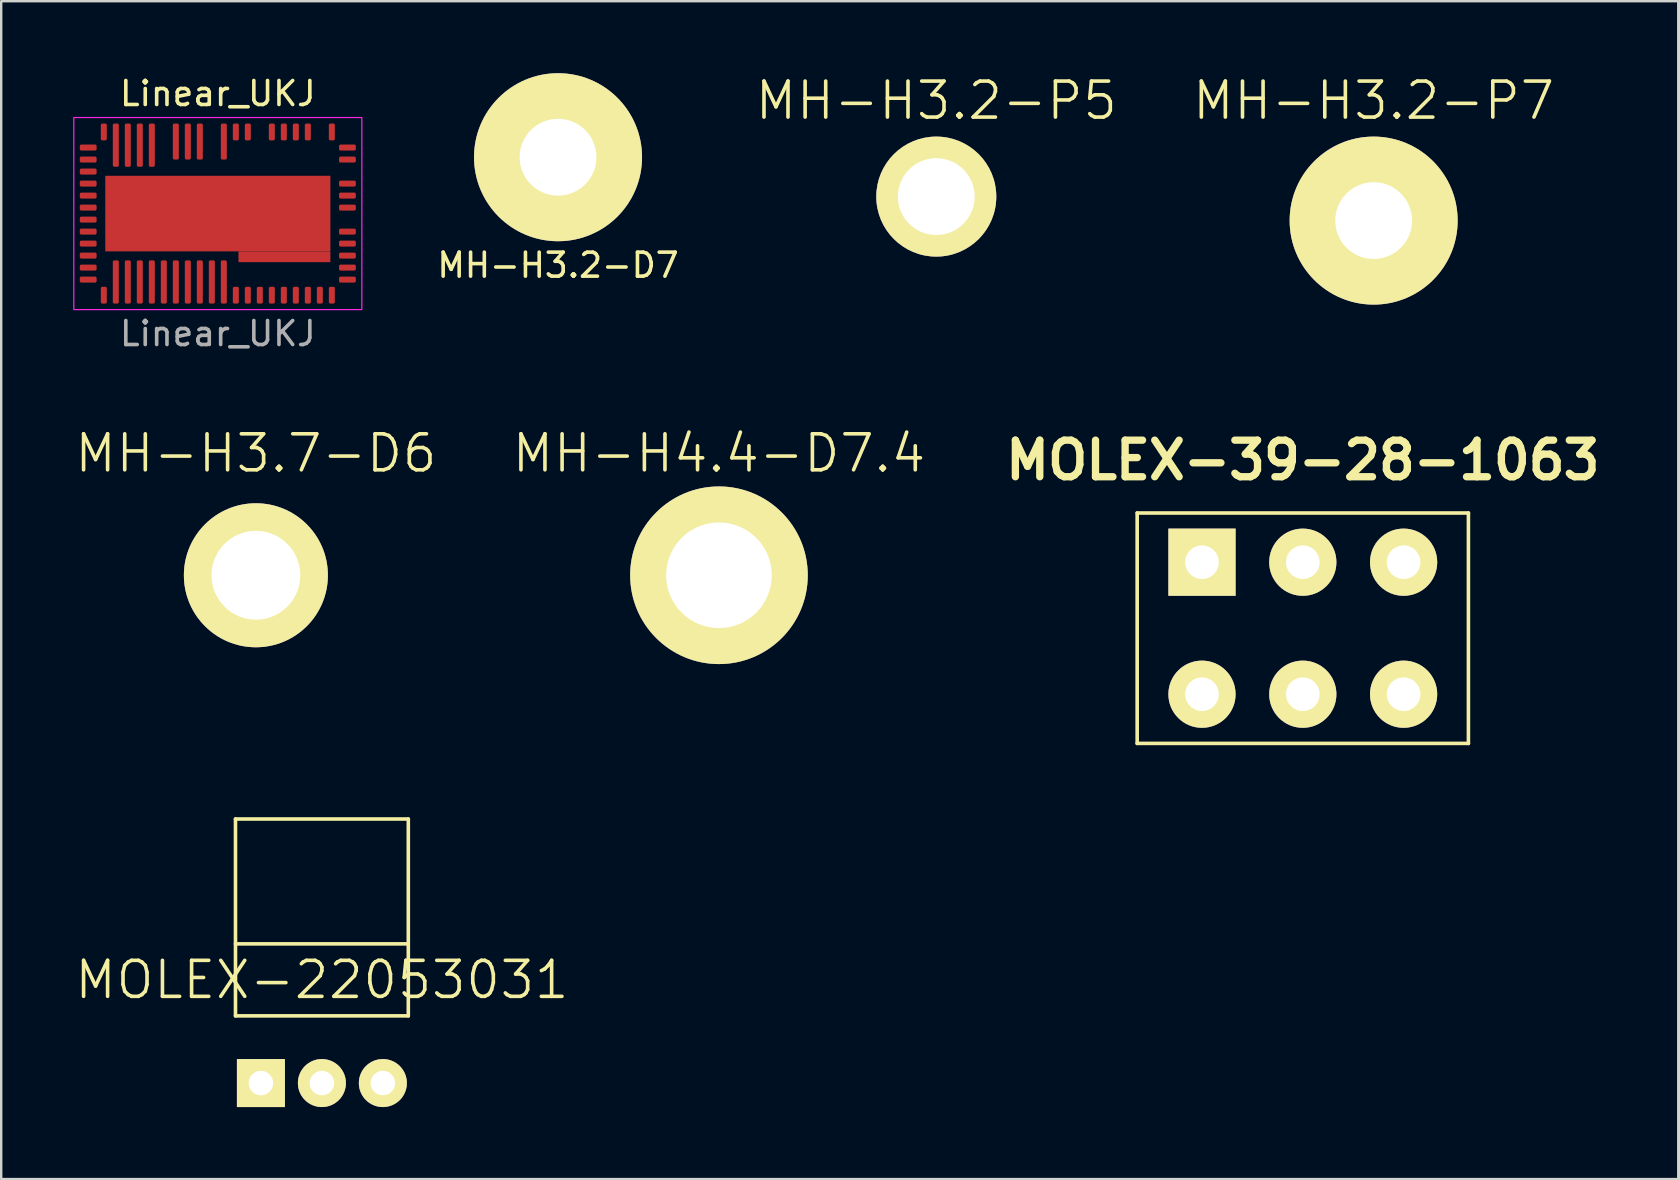
<source format=kicad_pcb>
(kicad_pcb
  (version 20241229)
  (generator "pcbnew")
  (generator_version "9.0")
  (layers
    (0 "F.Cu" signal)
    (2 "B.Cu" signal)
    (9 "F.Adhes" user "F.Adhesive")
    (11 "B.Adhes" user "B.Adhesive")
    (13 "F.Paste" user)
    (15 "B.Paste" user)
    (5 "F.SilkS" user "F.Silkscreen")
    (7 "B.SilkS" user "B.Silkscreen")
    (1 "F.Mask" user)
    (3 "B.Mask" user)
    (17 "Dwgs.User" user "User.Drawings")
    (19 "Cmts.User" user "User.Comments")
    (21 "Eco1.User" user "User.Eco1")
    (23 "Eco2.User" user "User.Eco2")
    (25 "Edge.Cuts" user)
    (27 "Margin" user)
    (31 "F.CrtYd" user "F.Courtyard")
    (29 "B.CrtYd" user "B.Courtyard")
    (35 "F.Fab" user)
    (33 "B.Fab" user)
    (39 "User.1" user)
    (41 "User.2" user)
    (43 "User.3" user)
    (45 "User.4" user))
  (footprint "Linear_UKJ"
    (layer "F.Cu")
    (at 6.025 5.848)
    (property "Reference" "Linear_UKJ" (at 0 -5 0) (unlocked yes) (layer "F.SilkS") (effects (font (size 1 1) (thickness 0.15))))
    (attr smd)
    (fp_rect (start -6 -4) (end 6 4) (stroke (width 0.05) (type solid)) (fill no) (layer "F.CrtYd"))
    (fp_text user "${REFERENCE}" (at 0 5 0) (unlocked yes) (layer "F.Fab") (effects (font (size 1 1) (thickness 0.15))))
    (pad "1" smd roundrect (at -4.75 3.4 180) (size 0.25 0.7) (layers "F.Cu" "F.Mask" "F.Paste") (roundrect_rratio 0.25))
    (pad "2" smd roundrect (at -4.25 2.85 180) (size 0.25 1.8) (layers "F.Cu" "F.Mask" "F.Paste") (roundrect_rratio 0.25))
    (pad "3" smd roundrect (at -3.75 2.85 180) (size 0.25 1.8) (layers "F.Cu" "F.Mask" "F.Paste") (roundrect_rratio 0.25))
    (pad "4" smd roundrect (at -3.25 2.85 180) (size 0.25 1.8) (layers "F.Cu" "F.Mask" "F.Paste") (roundrect_rratio 0.25))
    (pad "5" smd roundrect (at -2.75 2.85 180) (size 0.25 1.8) (layers "F.Cu" "F.Mask" "F.Paste") (roundrect_rratio 0.25))
    (pad "6" smd roundrect (at -2.25 2.85 180) (size 0.25 1.8) (layers "F.Cu" "F.Mask" "F.Paste") (roundrect_rratio 0.25))
    (pad "7" smd roundrect (at -1.75 2.85 180) (size 0.25 1.8) (layers "F.Cu" "F.Mask" "F.Paste") (roundrect_rratio 0.25))
    (pad "8" smd roundrect (at -1.25 2.85 180) (size 0.25 1.8) (layers "F.Cu" "F.Mask" "F.Paste") (roundrect_rratio 0.25))
    (pad "9" smd roundrect (at -0.75 2.85 180) (size 0.25 1.8) (layers "F.Cu" "F.Mask" "F.Paste") (roundrect_rratio 0.25))
    (pad "10" smd roundrect (at -0.25 2.85 180) (size 0.25 1.8) (layers "F.Cu" "F.Mask" "F.Paste") (roundrect_rratio 0.25))
    (pad "11" smd roundrect (at 0.25 2.85 180) (size 0.25 1.8) (layers "F.Cu" "F.Mask" "F.Paste") (roundrect_rratio 0.25))
    (pad "12" smd roundrect (at 0.75 3.4) (size 0.25 0.7) (layers "F.Cu" "F.Mask" "F.Paste") (roundrect_rratio 0.25))
    (pad "13" smd roundrect (at 1.25 3.4) (size 0.25 0.7) (layers "F.Cu" "F.Mask" "F.Paste") (roundrect_rratio 0.25))
    (pad "14" smd roundrect (at 1.75 3.4) (size 0.25 0.7) (layers "F.Cu" "F.Mask" "F.Paste") (roundrect_rratio 0.25))
    (pad "15" smd roundrect (at 2.25 3.4) (size 0.25 0.7) (layers "F.Cu" "F.Mask" "F.Paste") (roundrect_rratio 0.25))
    (pad "16" smd roundrect (at 2.75 3.4) (size 0.25 0.7) (layers "F.Cu" "F.Mask" "F.Paste") (roundrect_rratio 0.25))
    (pad "17" smd roundrect (at 3.25 3.4) (size 0.25 0.7) (layers "F.Cu" "F.Mask" "F.Paste") (roundrect_rratio 0.25))
    (pad "18" smd roundrect (at 3.75 3.4) (size 0.25 0.7) (layers "F.Cu" "F.Mask" "F.Paste") (roundrect_rratio 0.25))
    (pad "19" smd roundrect (at 4.25 3.4) (size 0.25 0.7) (layers "F.Cu" "F.Mask" "F.Paste") (roundrect_rratio 0.25))
    (pad "20" smd roundrect (at 4.75 3.4) (size 0.25 0.7) (layers "F.Cu" "F.Mask" "F.Paste") (roundrect_rratio 0.25))
    (pad "21" smd roundrect (at 5.4 2.75) (size 0.7 0.25) (layers "F.Cu" "F.Mask" "F.Paste") (roundrect_rratio 0.25))
    (pad "22" smd roundrect (at 5.4 2.25) (size 0.7 0.25) (layers "F.Cu" "F.Mask" "F.Paste") (roundrect_rratio 0.25))
    (pad "23" smd roundrect (at 5.4 1.75) (size 0.7 0.25) (layers "F.Cu" "F.Mask" "F.Paste") (roundrect_rratio 0.25))
    (pad "24" smd roundrect (at 5.4 1.25) (size 0.7 0.25) (layers "F.Cu" "F.Mask" "F.Paste") (roundrect_rratio 0.25))
    (pad "25" smd roundrect (at 5.4 0.75) (size 0.7 0.25) (layers "F.Cu" "F.Mask" "F.Paste") (roundrect_rratio 0.25))
    (pad "27" smd roundrect (at 5.4 -0.25) (size 0.7 0.25) (layers "F.Cu" "F.Mask" "F.Paste") (roundrect_rratio 0.25))
    (pad "28" smd roundrect (at 5.4 -0.75) (size 0.7 0.25) (layers "F.Cu" "F.Mask" "F.Paste") (roundrect_rratio 0.25))
    (pad "29" smd roundrect (at 5.4 -1.25) (size 0.7 0.25) (layers "F.Cu" "F.Mask" "F.Paste") (roundrect_rratio 0.25))
    (pad "31" smd roundrect (at 5.4 -2.25) (size 0.7 0.25) (layers "F.Cu" "F.Mask" "F.Paste") (roundrect_rratio 0.25))
    (pad "32" smd roundrect (at 5.4 -2.75) (size 0.7 0.25) (layers "F.Cu" "F.Mask" "F.Paste") (roundrect_rratio 0.25))
    (pad "33" smd roundrect (at 4.75 -3.4) (size 0.25 0.7) (layers "F.Cu" "F.Mask" "F.Paste") (roundrect_rratio 0.25))
    (pad "35" smd roundrect (at 3.75 -3.4) (size 0.25 0.7) (layers "F.Cu" "F.Mask" "F.Paste") (roundrect_rratio 0.25))
    (pad "36" smd roundrect (at 3.25 -3.4) (size 0.25 0.7) (layers "F.Cu" "F.Mask" "F.Paste") (roundrect_rratio 0.25))
    (pad "37" smd roundrect (at 2.75 -3.4) (size 0.25 0.7) (layers "F.Cu" "F.Mask" "F.Paste") (roundrect_rratio 0.25))
    (pad "38" smd roundrect (at 2.25 -3.4) (size 0.25 0.7) (layers "F.Cu" "F.Mask" "F.Paste") (roundrect_rratio 0.25))
    (pad "40" smd roundrect (at 1.25 -3.4) (size 0.25 0.7) (layers "F.Cu" "F.Mask" "F.Paste") (roundrect_rratio 0.25))
    (pad "41" smd roundrect (at 0.75 -3.4) (size 0.25 0.7) (layers "F.Cu" "F.Mask" "F.Paste") (roundrect_rratio 0.25))
    (pad "42" smd roundrect (at 0.25 -3) (size 0.25 1.5) (layers "F.Cu" "F.Mask" "F.Paste") (roundrect_rratio 0.25))
    (pad "44" smd roundrect (at -0.75 -3) (size 0.25 1.5) (layers "F.Cu" "F.Mask" "F.Paste") (roundrect_rratio 0.25))
    (pad "45" smd roundrect (at -1.25 -3) (size 0.25 1.5) (layers "F.Cu" "F.Mask" "F.Paste") (roundrect_rratio 0.25))
    (pad "46" smd roundrect (at -1.75 -3) (size 0.25 1.5) (layers "F.Cu" "F.Mask" "F.Paste") (roundrect_rratio 0.25))
    (pad "48" smd roundrect (at -2.75 -2.85) (size 0.25 1.8) (layers "F.Cu" "F.Mask" "F.Paste") (roundrect_rratio 0.25))
    (pad "49" smd roundrect (at -3.25 -2.85) (size 0.25 1.8) (layers "F.Cu" "F.Mask" "F.Paste") (roundrect_rratio 0.25))
    (pad "50" smd roundrect (at -3.75 -2.85) (size 0.25 1.8) (layers "F.Cu" "F.Mask" "F.Paste") (roundrect_rratio 0.25))
    (pad "51" smd roundrect (at -4.25 -2.85) (size 0.25 1.8) (layers "F.Cu" "F.Mask" "F.Paste") (roundrect_rratio 0.25))
    (pad "52" smd roundrect (at -4.75 -3.4) (size 0.25 0.7) (layers "F.Cu" "F.Mask" "F.Paste") (roundrect_rratio 0.25))
    (pad "53" smd roundrect (at -5.4 -2.75) (size 0.7 0.25) (layers "F.Cu" "F.Mask" "F.Paste") (roundrect_rratio 0.25))
    (pad "54" smd roundrect (at -5.4 -2.25) (size 0.7 0.25) (layers "F.Cu" "F.Mask" "F.Paste") (roundrect_rratio 0.25))
    (pad "55" smd roundrect (at -5.4 -1.75) (size 0.7 0.25) (layers "F.Cu" "F.Mask" "F.Paste") (roundrect_rratio 0.25))
    (pad "56" smd roundrect (at -5.4 -1.25) (size 0.7 0.25) (layers "F.Cu" "F.Mask" "F.Paste") (roundrect_rratio 0.25))
    (pad "57" smd roundrect (at -5.4 -0.75) (size 0.7 0.25) (layers "F.Cu" "F.Mask" "F.Paste") (roundrect_rratio 0.25))
    (pad "58" smd roundrect (at -5.4 -0.25) (size 0.7 0.25) (layers "F.Cu" "F.Mask" "F.Paste") (roundrect_rratio 0.25))
    (pad "59" smd roundrect (at -5.4 0.25) (size 0.7 0.25) (layers "F.Cu" "F.Mask" "F.Paste") (roundrect_rratio 0.25))
    (pad "60" smd roundrect (at -5.4 0.75) (size 0.7 0.25) (layers "F.Cu" "F.Mask" "F.Paste") (roundrect_rratio 0.25))
    (pad "61" smd roundrect (at -5.4 1.25) (size 0.7 0.25) (layers "F.Cu" "F.Mask" "F.Paste") (roundrect_rratio 0.25))
    (pad "62" smd roundrect (at -5.4 1.75) (size 0.7 0.25) (layers "F.Cu" "F.Mask" "F.Paste") (roundrect_rratio 0.25))
    (pad "63" smd roundrect (at -5.4 2.25) (size 0.7 0.25) (layers "F.Cu" "F.Mask" "F.Paste") (roundrect_rratio 0.25))
    (pad "64" smd roundrect (at -5.4 2.75) (size 0.7 0.25) (layers "F.Cu" "F.Mask" "F.Paste") (roundrect_rratio 0.25))
    (pad "65" smd trapezoid (at 0 0) (size 9.38 3.15) (layers "F.Cu" "F.Mask" "F.Paste"))
    (pad "65" smd trapezoid (at 2.775 1.8) (size 3.83 0.45) (layers "F.Cu" "F.Mask" "F.Paste")))
  (footprint "MH-H3.2-D7"
    (layer "F.Cu")
    (at 20.199 3.5)
    (property "Reference" "MH-H3.2-D7" (at 0 4.5 0) (layer "F.SilkS") (effects (font (size 1 1) (thickness 0.15))))
    (attr through_hole)
    (pad "1" thru_hole circle (at 0 0) (size 7 7) (drill 3.2) (layers "*.Cu" "*.Mask" "F.SilkS")))
  (footprint "MH-H3.2-P7"
    (layer "F.Cu")
    (at 54.18 6.141)
    (property "Reference" "MH-H3.2-P7" (at 0 -5 0) (layer "F.SilkS") (effects (font (size 1.5 1.5) (thickness 0.15))))
    (attr through_hole)
    (pad "1" thru_hole circle (at 0 0) (size 7 7) (drill 3.2) (layers "*.Cu" "*.Mask" "F.SilkS")))
  (footprint "MH-H3.7-D6"
    (layer "F.Cu")
    (at 7.611 20.917)
    (property "Reference" "MH-H3.7-D6" (at 0 -5.08 0) (layer "F.SilkS") (effects (font (size 1.5 1.5) (thickness 0.15))))
    (attr through_hole)
    (pad "1" thru_hole circle (at 0 0) (size 6 6) (drill 3.7) (layers "*.Cu" "*.Mask" "F.SilkS")))
  (footprint "MH-H3.2-P5"
    (layer "F.Cu")
    (at 35.958 5.141)
    (property "Reference" "MH-H3.2-P5" (at 0 -4 0) (layer "F.SilkS") (effects (font (size 1.5 1.5) (thickness 0.15))))
    (attr through_hole)
    (pad "1" thru_hole circle (at 0 0) (size 5 5) (drill 3.2) (layers "*.Cu" "*.Mask" "F.SilkS")))
  (footprint "MOLEX-22053031"
    (layer "F.Cu")
    (at 10.361 42.073)
    (property "Reference" "MOLEX-22053031" (at 0 -4.3 0) (layer "F.SilkS") (effects (font (size 1.5 1.5) (thickness 0.15))))
    (attr through_hole)
    (fp_line (start -3.6 -11) (end 3.6 -11) (stroke (width 0.15) (type solid)) (layer "F.SilkS"))
    (fp_line (start -3.6 -2.8) (end -3.6 -11) (stroke (width 0.15) (type solid)) (layer "F.SilkS"))
    (fp_line (start 3.6 -11) (end 3.6 -2.8) (stroke (width 0.15) (type solid)) (layer "F.SilkS"))
    (fp_line (start 3.6 -5.8) (end -3.6 -5.8) (stroke (width 0.15) (type solid)) (layer "F.SilkS"))
    (fp_line (start 3.6 -2.8) (end -3.6 -2.8) (stroke (width 0.15) (type solid)) (layer "F.SilkS"))
    (pad "1" thru_hole rect (at -2.54 0) (size 2 2) (drill 1.02) (layers "*.Cu" "*.Mask" "F.SilkS"))
    (pad "2" thru_hole circle (at 0 0) (size 2 2) (drill 1.02) (layers "*.Cu" "*.Mask" "F.SilkS"))
    (pad "3" thru_hole circle (at 2.54 0) (size 2 2) (drill 1.02) (layers "*.Cu" "*.Mask" "F.SilkS")))
  (footprint "MOLEX-39-28-1063"
    (layer "F.Cu")
    (at 51.228 23.123)
    (property "Reference" "MOLEX-39-28-1063" (at 0 -7 0) (layer "F.SilkS") (effects (font (size 1.524 1.524) (thickness 0.305))))
    (attr through_hole)
    (fp_line (start -6.9 -4.8) (end 6.9 -4.8) (stroke (width 0.15) (type solid)) (layer "F.SilkS"))
    (fp_line (start -6.9 4.8) (end -6.9 -4.8) (stroke (width 0.15) (type solid)) (layer "F.SilkS"))
    (fp_line (start 6.9 -4.8) (end 6.9 4.8) (stroke (width 0.15) (type solid)) (layer "F.SilkS"))
    (fp_line (start 6.9 4.8) (end -6.9 4.8) (stroke (width 0.15) (type solid)) (layer "F.SilkS"))
    (pad "1" thru_hole rect (at -4.2 -2.75) (size 2.8 2.8) (drill 1.4) (layers "*.Cu" "*.Mask" "F.SilkS"))
    (pad "2" thru_hole circle (at -4.2 2.75) (size 2.8 2.8) (drill 1.4) (layers "*.Cu" "*.Mask" "F.SilkS"))
    (pad "3" thru_hole circle (at 0 -2.75) (size 2.8 2.8) (drill 1.4) (layers "*.Cu" "*.Mask" "F.SilkS"))
    (pad "4" thru_hole circle (at 0 2.75) (size 2.8 2.8) (drill 1.4) (layers "*.Cu" "*.Mask" "F.SilkS"))
    (pad "5" thru_hole circle (at 4.2 -2.75) (size 2.8 2.8) (drill 1.4) (layers "*.Cu" "*.Mask" "F.SilkS"))
    (pad "6" thru_hole circle (at 4.2 2.75) (size 2.8 2.8) (drill 1.4) (layers "*.Cu" "*.Mask" "F.SilkS")))
  (footprint "MH-H4.4-D7.4"
    (layer "F.Cu")
    (at 26.904 20.917)
    (property "Reference" "MH-H4.4-D7.4" (at 0 -5.08 0) (layer "F.SilkS") (effects (font (size 1.5 1.5) (thickness 0.15))))
    (attr through_hole)
    (pad "1" thru_hole circle (at 0 0) (size 7.4 7.4) (drill 4.4) (layers "*.Cu" "*.Mask" "F.SilkS")))
  (gr_rect
    (start -3 -3)
    (end 66.87 46.073)
    (stroke (width 0.1) (type default))
    (fill no)
    (layer "Edge.Cuts")))
</source>
